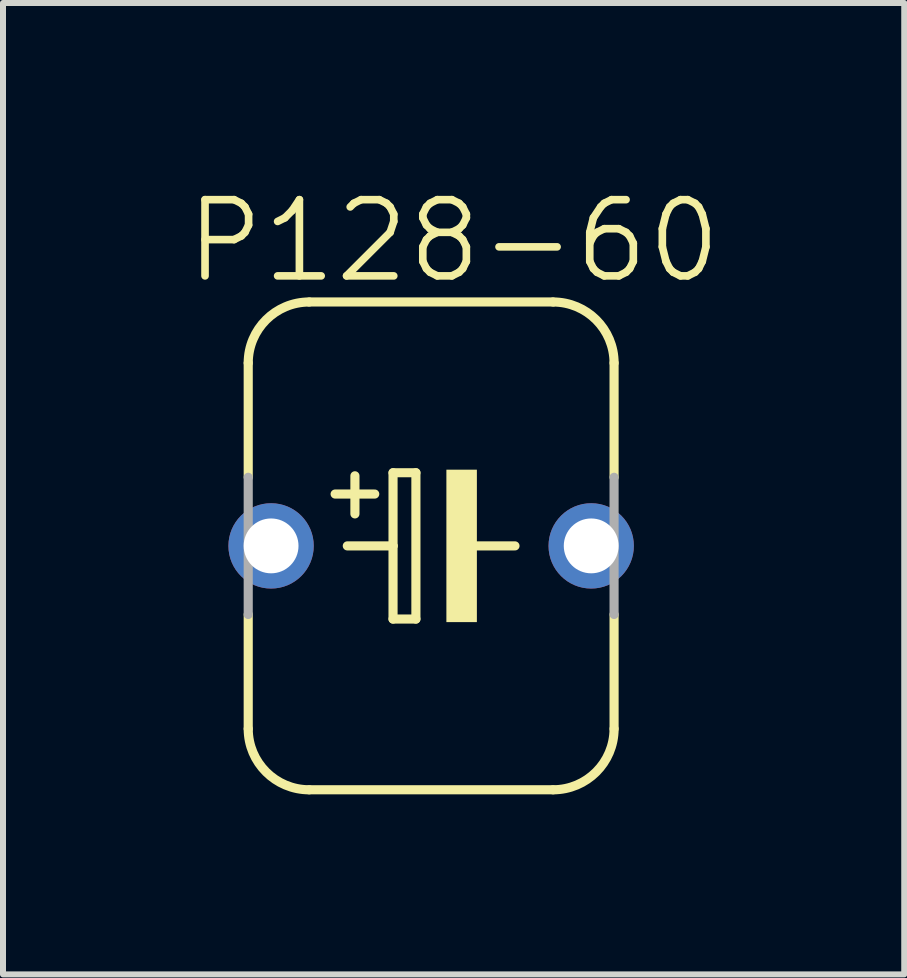
<source format=kicad_pcb>
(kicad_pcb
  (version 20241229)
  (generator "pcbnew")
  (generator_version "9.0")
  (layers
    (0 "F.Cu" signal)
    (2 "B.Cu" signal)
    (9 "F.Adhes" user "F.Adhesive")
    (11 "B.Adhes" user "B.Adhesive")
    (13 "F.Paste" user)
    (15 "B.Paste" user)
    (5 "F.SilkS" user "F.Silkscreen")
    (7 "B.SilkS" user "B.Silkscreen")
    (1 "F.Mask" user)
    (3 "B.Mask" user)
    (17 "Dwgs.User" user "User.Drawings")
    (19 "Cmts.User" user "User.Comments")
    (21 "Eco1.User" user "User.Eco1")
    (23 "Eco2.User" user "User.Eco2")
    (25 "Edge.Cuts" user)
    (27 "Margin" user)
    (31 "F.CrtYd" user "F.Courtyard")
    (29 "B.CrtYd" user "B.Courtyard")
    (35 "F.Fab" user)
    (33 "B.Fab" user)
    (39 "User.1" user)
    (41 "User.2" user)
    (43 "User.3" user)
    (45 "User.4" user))
  (footprint "P128-60"
    (layer "F.Cu")
    (at 4.134 6.046)
    (property "Reference" "P128-60" (at 0.375 -5.08 0) (layer "F.SilkS") (effects (font (size 1.27 1.27) (thickness 0.127))))
    (attr through_hole)
    (fp_line (start -3.048 -3.048) (end -3.048 -1.143) (stroke (width 0.152) (type solid)) (layer "F.SilkS"))
    (fp_line (start -3.048 1.143) (end -3.048 3.048) (stroke (width 0.152) (type solid)) (layer "F.SilkS"))
    (fp_line (start -2.032 4.064) (end 2.032 4.064) (stroke (width 0.152) (type solid)) (layer "F.SilkS"))
    (fp_line (start -1.397 0) (end -0.635 0) (stroke (width 0.152) (type solid)) (layer "F.SilkS"))
    (fp_line (start -1.27 -1.168) (end -1.27 -0.533) (stroke (width 0.152) (type solid)) (layer "F.SilkS"))
    (fp_line (start -0.94 -0.864) (end -1.6 -0.864) (stroke (width 0.152) (type solid)) (layer "F.SilkS"))
    (fp_line (start -0.635 -1.219) (end -0.635 0) (stroke (width 0.152) (type solid)) (layer "F.SilkS"))
    (fp_line (start -0.635 0) (end -0.635 1.219) (stroke (width 0.152) (type solid)) (layer "F.SilkS"))
    (fp_line (start -0.635 1.219) (end -0.254 1.219) (stroke (width 0.152) (type solid)) (layer "F.SilkS"))
    (fp_line (start -0.254 -1.219) (end -0.635 -1.219) (stroke (width 0.152) (type solid)) (layer "F.SilkS"))
    (fp_line (start -0.254 1.219) (end -0.254 -1.219) (stroke (width 0.152) (type solid)) (layer "F.SilkS"))
    (fp_line (start 0.635 0) (end 1.397 0) (stroke (width 0.152) (type solid)) (layer "F.SilkS"))
    (fp_line (start 2.032 -4.064) (end -2.032 -4.064) (stroke (width 0.152) (type solid)) (layer "F.SilkS"))
    (fp_line (start 3.048 -3.048) (end 3.048 -1.143) (stroke (width 0.152) (type solid)) (layer "F.SilkS"))
    (fp_line (start 3.048 1.143) (end 3.048 3.048) (stroke (width 0.152) (type solid)) (layer "F.SilkS"))
    (fp_arc (start -3.048 -3.048) (mid -2.75042 -3.76642) (end -2.032 -4.064) (stroke (width 0.1524) (type solid)) (layer "F.SilkS"))
    (fp_arc (start -2.032 4.064) (mid -2.75042 3.76642) (end -3.048 3.048) (stroke (width 0.1524) (type solid)) (layer "F.SilkS"))
    (fp_arc (start 2.032 -4.064) (mid 2.75042 -3.76642) (end 3.048 -3.048) (stroke (width 0.1524) (type solid)) (layer "F.SilkS"))
    (fp_arc (start 3.048 3.048) (mid 2.75042 3.76642) (end 2.032 4.064) (stroke (width 0.1524) (type solid)) (layer "F.SilkS"))
    (fp_poly (pts (xy 0.254 -1.27) (xy 0.762 -1.27) (xy 0.762 1.27) (xy 0.254 1.27)) (stroke (width 0) (type solid)) (fill yes) (layer "F.SilkS"))
    (fp_line (start -3.048 1.143) (end -3.048 -1.143) (stroke (width 0.152) (type solid)) (layer "F.Fab"))
    (fp_line (start 3.048 1.143) (end 3.048 -1.143) (stroke (width 0.152) (type solid)) (layer "F.Fab"))
    (pad "+" thru_hole circle (at -2.667 0) (size 1.422 1.422) (drill 0.914) (layers "*.Cu" "*.Mask"))
    (pad "-" thru_hole circle (at 2.667 0) (size 1.422 1.422) (drill 0.914) (layers "*.Cu" "*.Mask")))
  (gr_rect
    (start -3 -3)
    (end 12.017 13.186)
    (stroke (width 0.1) (type default))
    (fill no)
    (layer "Edge.Cuts")))
</source>
